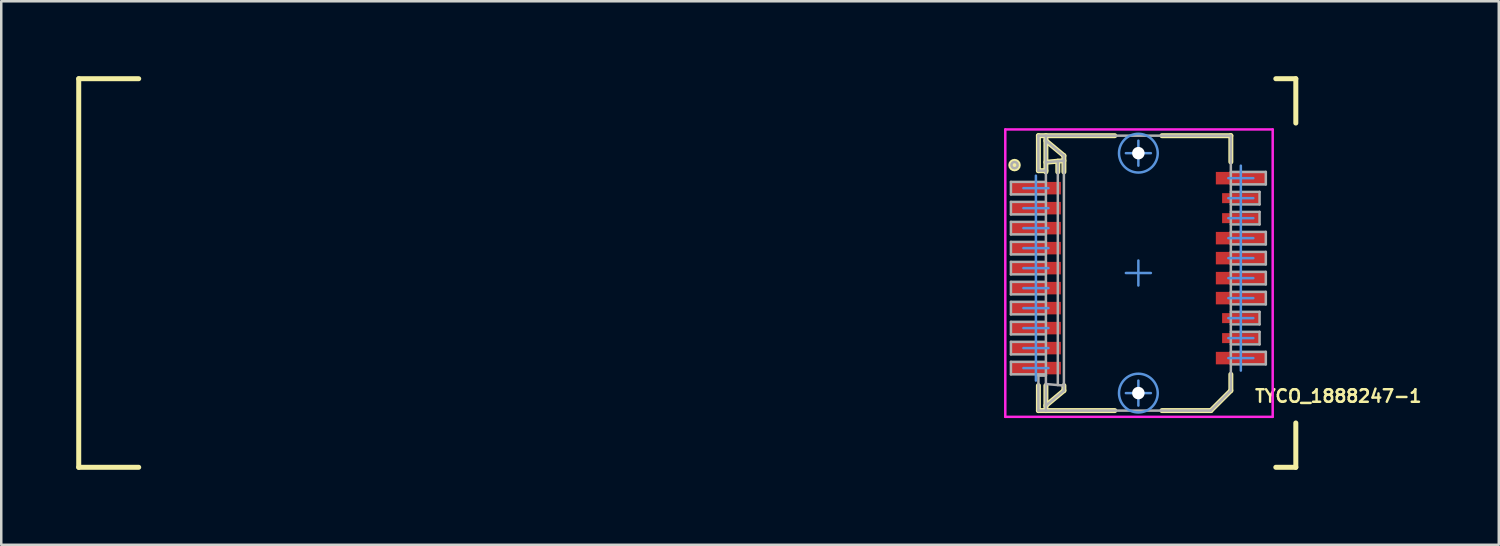
<source format=kicad_pcb>
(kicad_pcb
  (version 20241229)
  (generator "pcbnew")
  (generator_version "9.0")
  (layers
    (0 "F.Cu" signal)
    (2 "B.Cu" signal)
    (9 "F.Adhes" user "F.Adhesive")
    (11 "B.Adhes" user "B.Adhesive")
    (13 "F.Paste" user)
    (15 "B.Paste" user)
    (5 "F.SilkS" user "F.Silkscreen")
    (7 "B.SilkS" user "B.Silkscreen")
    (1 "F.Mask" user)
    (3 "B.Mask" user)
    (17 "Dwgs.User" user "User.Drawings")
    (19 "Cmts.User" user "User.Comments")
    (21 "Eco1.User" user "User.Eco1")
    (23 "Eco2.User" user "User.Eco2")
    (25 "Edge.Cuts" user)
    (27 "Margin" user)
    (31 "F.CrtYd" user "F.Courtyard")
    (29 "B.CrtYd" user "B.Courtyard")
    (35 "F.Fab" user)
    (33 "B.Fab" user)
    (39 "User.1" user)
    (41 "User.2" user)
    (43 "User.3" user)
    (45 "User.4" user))
  (footprint "TYCO_1888247-1"
    (layer "F.Cu")
    (at 42.5 7.874)
    (property "Reference" "TYCO_1888247-1" (at 8 4.925 0) (layer "F.SilkS") (effects (font (size 0.5 0.5) (thickness 0.1))))
    (attr smd)
    (fp_line (start -42.4 -7.774) (end -40 -7.774) (stroke (width 0.2) (type solid)) (layer "F.SilkS"))
    (fp_line (start -42.4 7.774) (end -42.4 -7.774) (stroke (width 0.2) (type solid)) (layer "F.SilkS"))
    (fp_line (start -42.4 7.774) (end -40 7.774) (stroke (width 0.2) (type solid)) (layer "F.SilkS"))
    (fp_line (start -4 -5.495) (end -0.944 -5.495) (stroke (width 0.2) (type solid)) (layer "F.SilkS"))
    (fp_line (start -4 -4.095) (end -4 -5.495) (stroke (width 0.2) (type solid)) (layer "F.SilkS"))
    (fp_line (start -4 -4.095) (end -3.7 -4.095) (stroke (width 0.2) (type solid)) (layer "F.SilkS"))
    (fp_line (start -4 5.505) (end -4 4.505) (stroke (width 0.2) (type solid)) (layer "F.SilkS"))
    (fp_line (start -4 5.505) (end -0.944 5.505) (stroke (width 0.2) (type solid)) (layer "F.SilkS"))
    (fp_line (start -3.7 -5.295) (end -2.98 -4.695) (stroke (width 0.2) (type solid)) (layer "F.SilkS"))
    (fp_line (start -3.7 -4.432) (end -2.98 -4.495) (stroke (width 0.2) (type solid)) (layer "F.SilkS"))
    (fp_line (start -3.7 -4.045) (end -3.7 -5.495) (stroke (width 0.2) (type solid)) (layer "F.SilkS"))
    (fp_line (start -3.7 5.305) (end -2.98 4.705) (stroke (width 0.2) (type solid)) (layer "F.SilkS"))
    (fp_line (start -3.7 5.505) (end -3.7 4.505) (stroke (width 0.2) (type solid)) (layer "F.SilkS"))
    (fp_line (start -3.223 -4.045) (end -3.223 -4.474) (stroke (width 0.2) (type solid)) (layer "F.SilkS"))
    (fp_line (start -2.98 -4.045) (end -2.98 -4.695) (stroke (width 0.2) (type solid)) (layer "F.SilkS"))
    (fp_line (start -2.98 4.705) (end -2.98 4.505) (stroke (width 0.2) (type solid)) (layer "F.SilkS"))
    (fp_line (start 0.944 -5.495) (end 3.7 -5.495) (stroke (width 0.2) (type solid)) (layer "F.SilkS"))
    (fp_line (start 0.944 5.505) (end 2.9 5.505) (stroke (width 0.2) (type solid)) (layer "F.SilkS"))
    (fp_line (start 2.9 5.505) (end 3.7 4.705) (stroke (width 0.2) (type solid)) (layer "F.SilkS"))
    (fp_line (start 3.7 -4.445) (end 3.7 -5.495) (stroke (width 0.2) (type solid)) (layer "F.SilkS"))
    (fp_line (start 3.7 4.705) (end 3.7 4.055) (stroke (width 0.2) (type solid)) (layer "F.SilkS"))
    (fp_line (start 5.5 -7.774) (end 6.3 -7.774) (stroke (width 0.2) (type solid)) (layer "F.SilkS"))
    (fp_line (start 5.5 7.774) (end 6.3 7.774) (stroke (width 0.2) (type solid)) (layer "F.SilkS"))
    (fp_line (start 6.3 -6) (end 6.3 -7.774) (stroke (width 0.2) (type solid)) (layer "F.SilkS"))
    (fp_line (start 6.3 7.774) (end 6.3 6) (stroke (width 0.2) (type solid)) (layer "F.SilkS"))
    (fp_circle (center -4.955 -4.318) (end -4.83 -4.318) (stroke (width 0.25) (type solid)) (fill no) (layer "F.SilkS"))
    (fp_line (start -4.6 -3.395) (end -4.1 -3.395) (stroke (width 0.1) (type solid)) (layer "Cmts.User"))
    (fp_line (start -4.6 -2.595) (end -4.1 -2.595) (stroke (width 0.1) (type solid)) (layer "Cmts.User"))
    (fp_line (start -4.6 -1.795) (end -4.1 -1.795) (stroke (width 0.1) (type solid)) (layer "Cmts.User"))
    (fp_line (start -4.6 -0.995) (end -4.1 -0.995) (stroke (width 0.1) (type solid)) (layer "Cmts.User"))
    (fp_line (start -4.6 -0.195) (end -4.1 -0.195) (stroke (width 0.1) (type solid)) (layer "Cmts.User"))
    (fp_line (start -4.6 0.605) (end -4.1 0.605) (stroke (width 0.1) (type solid)) (layer "Cmts.User"))
    (fp_line (start -4.6 1.405) (end -4.1 1.405) (stroke (width 0.1) (type solid)) (layer "Cmts.User"))
    (fp_line (start -4.6 2.205) (end -4.1 2.205) (stroke (width 0.1) (type solid)) (layer "Cmts.User"))
    (fp_line (start -4.6 3.005) (end -4.1 3.005) (stroke (width 0.1) (type solid)) (layer "Cmts.User"))
    (fp_line (start -4.6 3.805) (end -4.1 3.805) (stroke (width 0.1) (type solid)) (layer "Cmts.User"))
    (fp_line (start -4.1 -3.395) (end -3.6 -3.395) (stroke (width 0.1) (type solid)) (layer "Cmts.User"))
    (fp_line (start -4.1 -2.595) (end -3.6 -2.595) (stroke (width 0.1) (type solid)) (layer "Cmts.User"))
    (fp_line (start -4.1 -1.795) (end -3.6 -1.795) (stroke (width 0.1) (type solid)) (layer "Cmts.User"))
    (fp_line (start -4.1 -0.995) (end -3.6 -0.995) (stroke (width 0.1) (type solid)) (layer "Cmts.User"))
    (fp_line (start -4.1 -0.195) (end -3.6 -0.195) (stroke (width 0.1) (type solid)) (layer "Cmts.User"))
    (fp_line (start -4.1 0.605) (end -3.6 0.605) (stroke (width 0.1) (type solid)) (layer "Cmts.User"))
    (fp_line (start -4.1 1.405) (end -3.6 1.405) (stroke (width 0.1) (type solid)) (layer "Cmts.User"))
    (fp_line (start -4.1 2.205) (end -3.6 2.205) (stroke (width 0.1) (type solid)) (layer "Cmts.User"))
    (fp_line (start -4.1 3.005) (end -3.6 3.005) (stroke (width 0.1) (type solid)) (layer "Cmts.User"))
    (fp_line (start -4.1 3.805) (end -3.6 3.805) (stroke (width 0.1) (type solid)) (layer "Cmts.User"))
    (fp_line (start -4.1 4.305) (end -4.1 -3.895) (stroke (width 0.1) (type solid)) (layer "Cmts.User"))
    (fp_line (start -0.5 -4.795) (end 0 -4.795) (stroke (width 0.1) (type solid)) (layer "Cmts.User"))
    (fp_line (start -0.5 0) (end 0 0) (stroke (width 0.1) (type solid)) (layer "Cmts.User"))
    (fp_line (start -0.5 4.805) (end 0 4.805) (stroke (width 0.1) (type solid)) (layer "Cmts.User"))
    (fp_line (start 0 -4.795) (end 0 -5.295) (stroke (width 0.1) (type solid)) (layer "Cmts.User"))
    (fp_line (start 0 -4.795) (end 0.5 -4.795) (stroke (width 0.1) (type solid)) (layer "Cmts.User"))
    (fp_line (start 0 -4.295) (end 0 -4.795) (stroke (width 0.1) (type solid)) (layer "Cmts.User"))
    (fp_line (start 0 0) (end 0 -0.5) (stroke (width 0.1) (type solid)) (layer "Cmts.User"))
    (fp_line (start 0 0) (end 0.5 0) (stroke (width 0.1) (type solid)) (layer "Cmts.User"))
    (fp_line (start 0 0.5) (end 0 0) (stroke (width 0.1) (type solid)) (layer "Cmts.User"))
    (fp_line (start 0 4.805) (end 0 4.305) (stroke (width 0.1) (type solid)) (layer "Cmts.User"))
    (fp_line (start 0 4.805) (end 0.5 4.805) (stroke (width 0.1) (type solid)) (layer "Cmts.User"))
    (fp_line (start 0 5.305) (end 0 4.805) (stroke (width 0.1) (type solid)) (layer "Cmts.User"))
    (fp_line (start 3.6 -3.795) (end 4.1 -3.795) (stroke (width 0.1) (type solid)) (layer "Cmts.User"))
    (fp_line (start 3.6 -2.995) (end 4.1 -2.995) (stroke (width 0.1) (type solid)) (layer "Cmts.User"))
    (fp_line (start 3.6 -2.195) (end 4.1 -2.195) (stroke (width 0.1) (type solid)) (layer "Cmts.User"))
    (fp_line (start 3.6 -1.395) (end 4.1 -1.395) (stroke (width 0.1) (type solid)) (layer "Cmts.User"))
    (fp_line (start 3.6 -0.595) (end 4.1 -0.595) (stroke (width 0.1) (type solid)) (layer "Cmts.User"))
    (fp_line (start 3.6 0.205) (end 4.1 0.205) (stroke (width 0.1) (type solid)) (layer "Cmts.User"))
    (fp_line (start 3.6 1.005) (end 4.1 1.005) (stroke (width 0.1) (type solid)) (layer "Cmts.User"))
    (fp_line (start 3.6 1.805) (end 4.1 1.805) (stroke (width 0.1) (type solid)) (layer "Cmts.User"))
    (fp_line (start 3.6 2.605) (end 4.1 2.605) (stroke (width 0.1) (type solid)) (layer "Cmts.User"))
    (fp_line (start 3.6 3.405) (end 4.1 3.405) (stroke (width 0.1) (type solid)) (layer "Cmts.User"))
    (fp_line (start 4.1 -3.795) (end 4.6 -3.795) (stroke (width 0.1) (type solid)) (layer "Cmts.User"))
    (fp_line (start 4.1 -2.995) (end 4.6 -2.995) (stroke (width 0.1) (type solid)) (layer "Cmts.User"))
    (fp_line (start 4.1 -2.195) (end 4.6 -2.195) (stroke (width 0.1) (type solid)) (layer "Cmts.User"))
    (fp_line (start 4.1 -1.395) (end 4.6 -1.395) (stroke (width 0.1) (type solid)) (layer "Cmts.User"))
    (fp_line (start 4.1 -0.595) (end 4.6 -0.595) (stroke (width 0.1) (type solid)) (layer "Cmts.User"))
    (fp_line (start 4.1 0.205) (end 4.6 0.205) (stroke (width 0.1) (type solid)) (layer "Cmts.User"))
    (fp_line (start 4.1 1.005) (end 4.6 1.005) (stroke (width 0.1) (type solid)) (layer "Cmts.User"))
    (fp_line (start 4.1 1.805) (end 4.6 1.805) (stroke (width 0.1) (type solid)) (layer "Cmts.User"))
    (fp_line (start 4.1 2.605) (end 4.6 2.605) (stroke (width 0.1) (type solid)) (layer "Cmts.User"))
    (fp_line (start 4.1 3.405) (end 4.6 3.405) (stroke (width 0.1) (type solid)) (layer "Cmts.User"))
    (fp_line (start 4.1 3.905) (end 4.1 -4.295) (stroke (width 0.1) (type solid)) (layer "Cmts.User"))
    (fp_circle (center 0 -4.795) (end 0.775 -4.795) (stroke (width 0.1) (type solid)) (fill no) (layer "Cmts.User"))
    (fp_circle (center 0 4.805) (end 0.775 4.805) (stroke (width 0.1) (type solid)) (fill no) (layer "Cmts.User"))
    (fp_line (start -5.325 -5.745) (end 5.375 -5.745) (stroke (width 0.1) (type solid)) (layer "F.CrtYd"))
    (fp_line (start -5.325 5.755) (end -5.325 -5.745) (stroke (width 0.1) (type solid)) (layer "F.CrtYd"))
    (fp_line (start -5.325 5.755) (end 5.375 5.755) (stroke (width 0.1) (type solid)) (layer "F.CrtYd"))
    (fp_line (start 5.375 5.755) (end 5.375 -5.745) (stroke (width 0.1) (type solid)) (layer "F.CrtYd"))
    (fp_line (start -5.1 -3.645) (end -3.7 -3.645) (stroke (width 0.1) (type solid)) (layer "F.Fab"))
    (fp_line (start -5.1 -3.145) (end -5.1 -3.645) (stroke (width 0.1) (type solid)) (layer "F.Fab"))
    (fp_line (start -5.1 -3.145) (end -3.7 -3.145) (stroke (width 0.1) (type solid)) (layer "F.Fab"))
    (fp_line (start -5.1 -2.845) (end -3.7 -2.845) (stroke (width 0.1) (type solid)) (layer "F.Fab"))
    (fp_line (start -5.1 -2.345) (end -5.1 -2.845) (stroke (width 0.1) (type solid)) (layer "F.Fab"))
    (fp_line (start -5.1 -2.345) (end -3.7 -2.345) (stroke (width 0.1) (type solid)) (layer "F.Fab"))
    (fp_line (start -5.1 -2.045) (end -3.7 -2.045) (stroke (width 0.1) (type solid)) (layer "F.Fab"))
    (fp_line (start -5.1 -1.545) (end -5.1 -2.045) (stroke (width 0.1) (type solid)) (layer "F.Fab"))
    (fp_line (start -5.1 -1.545) (end -3.7 -1.545) (stroke (width 0.1) (type solid)) (layer "F.Fab"))
    (fp_line (start -5.1 -1.245) (end -3.7 -1.245) (stroke (width 0.1) (type solid)) (layer "F.Fab"))
    (fp_line (start -5.1 -0.745) (end -5.1 -1.245) (stroke (width 0.1) (type solid)) (layer "F.Fab"))
    (fp_line (start -5.1 -0.745) (end -3.7 -0.745) (stroke (width 0.1) (type solid)) (layer "F.Fab"))
    (fp_line (start -5.1 -0.445) (end -3.7 -0.445) (stroke (width 0.1) (type solid)) (layer "F.Fab"))
    (fp_line (start -5.1 0.055) (end -5.1 -0.445) (stroke (width 0.1) (type solid)) (layer "F.Fab"))
    (fp_line (start -5.1 0.055) (end -3.7 0.055) (stroke (width 0.1) (type solid)) (layer "F.Fab"))
    (fp_line (start -5.1 0.355) (end -3.7 0.355) (stroke (width 0.1) (type solid)) (layer "F.Fab"))
    (fp_line (start -5.1 0.855) (end -5.1 0.355) (stroke (width 0.1) (type solid)) (layer "F.Fab"))
    (fp_line (start -5.1 0.855) (end -3.7 0.855) (stroke (width 0.1) (type solid)) (layer "F.Fab"))
    (fp_line (start -5.1 1.155) (end -3.7 1.155) (stroke (width 0.1) (type solid)) (layer "F.Fab"))
    (fp_line (start -5.1 1.655) (end -5.1 1.155) (stroke (width 0.1) (type solid)) (layer "F.Fab"))
    (fp_line (start -5.1 1.655) (end -3.7 1.655) (stroke (width 0.1) (type solid)) (layer "F.Fab"))
    (fp_line (start -5.1 1.955) (end -3.7 1.955) (stroke (width 0.1) (type solid)) (layer "F.Fab"))
    (fp_line (start -5.1 2.455) (end -5.1 1.955) (stroke (width 0.1) (type solid)) (layer "F.Fab"))
    (fp_line (start -5.1 2.455) (end -3.7 2.455) (stroke (width 0.1) (type solid)) (layer "F.Fab"))
    (fp_line (start -5.1 2.755) (end -3.7 2.755) (stroke (width 0.1) (type solid)) (layer "F.Fab"))
    (fp_line (start -5.1 3.255) (end -5.1 2.755) (stroke (width 0.1) (type solid)) (layer "F.Fab"))
    (fp_line (start -5.1 3.255) (end -3.7 3.255) (stroke (width 0.1) (type solid)) (layer "F.Fab"))
    (fp_line (start -5.1 3.555) (end -3.7 3.555) (stroke (width 0.1) (type solid)) (layer "F.Fab"))
    (fp_line (start -5.1 4.055) (end -5.1 3.555) (stroke (width 0.1) (type solid)) (layer "F.Fab"))
    (fp_line (start -5.1 4.055) (end -3.7 4.055) (stroke (width 0.1) (type solid)) (layer "F.Fab"))
    (fp_line (start -4 -5.495) (end 3.7 -5.495) (stroke (width 0.1) (type solid)) (layer "F.Fab"))
    (fp_line (start -4 -4.095) (end -4 -5.495) (stroke (width 0.1) (type solid)) (layer "F.Fab"))
    (fp_line (start -4 -4.095) (end -3.7 -4.095) (stroke (width 0.1) (type solid)) (layer "F.Fab"))
    (fp_line (start -4 4.105) (end -3.7 4.105) (stroke (width 0.1) (type solid)) (layer "F.Fab"))
    (fp_line (start -4 5.505) (end -4 4.105) (stroke (width 0.1) (type solid)) (layer "F.Fab"))
    (fp_line (start -4 5.505) (end 2.9 5.505) (stroke (width 0.1) (type solid)) (layer "F.Fab"))
    (fp_line (start -3.7 -5.295) (end -2.985 -4.695) (stroke (width 0.1) (type solid)) (layer "F.Fab"))
    (fp_line (start -3.7 -4.432) (end -2.98 -4.495) (stroke (width 0.1) (type solid)) (layer "F.Fab"))
    (fp_line (start -3.7 -4.095) (end -3.7 -5.495) (stroke (width 0.1) (type solid)) (layer "F.Fab"))
    (fp_line (start -3.7 4.105) (end -3.7 -4.095) (stroke (width 0.1) (type solid)) (layer "F.Fab"))
    (fp_line (start -3.7 4.442) (end -2.98 4.505) (stroke (width 0.1) (type solid)) (layer "F.Fab"))
    (fp_line (start -3.7 5.305) (end -2.98 4.705) (stroke (width 0.1) (type solid)) (layer "F.Fab"))
    (fp_line (start -3.7 5.505) (end -3.7 4.105) (stroke (width 0.1) (type solid)) (layer "F.Fab"))
    (fp_line (start -3.223 4.484) (end -3.223 -4.474) (stroke (width 0.1) (type solid)) (layer "F.Fab"))
    (fp_line (start -2.985 -4.695) (end -2.98 -4.695) (stroke (width 0.1) (type solid)) (layer "F.Fab"))
    (fp_line (start -2.98 -4.495) (end -2.98 -4.695) (stroke (width 0.1) (type solid)) (layer "F.Fab"))
    (fp_line (start -2.98 4.505) (end -2.98 -4.495) (stroke (width 0.1) (type solid)) (layer "F.Fab"))
    (fp_line (start -2.98 4.705) (end -2.98 4.505) (stroke (width 0.1) (type solid)) (layer "F.Fab"))
    (fp_line (start 2.9 5.505) (end 3.7 4.705) (stroke (width 0.1) (type solid)) (layer "F.Fab"))
    (fp_line (start 3.7 -4.045) (end 5.1 -4.045) (stroke (width 0.1) (type solid)) (layer "F.Fab"))
    (fp_line (start 3.7 -3.545) (end 5.1 -3.545) (stroke (width 0.1) (type solid)) (layer "F.Fab"))
    (fp_line (start 3.7 -3.245) (end 4.85 -3.245) (stroke (width 0.1) (type solid)) (layer "F.Fab"))
    (fp_line (start 3.7 -2.745) (end 4.85 -2.745) (stroke (width 0.1) (type solid)) (layer "F.Fab"))
    (fp_line (start 3.7 -2.445) (end 4.85 -2.445) (stroke (width 0.1) (type solid)) (layer "F.Fab"))
    (fp_line (start 3.7 -1.945) (end 4.85 -1.945) (stroke (width 0.1) (type solid)) (layer "F.Fab"))
    (fp_line (start 3.7 -1.645) (end 5.1 -1.645) (stroke (width 0.1) (type solid)) (layer "F.Fab"))
    (fp_line (start 3.7 -1.145) (end 5.1 -1.145) (stroke (width 0.1) (type solid)) (layer "F.Fab"))
    (fp_line (start 3.7 -0.845) (end 5.1 -0.845) (stroke (width 0.1) (type solid)) (layer "F.Fab"))
    (fp_line (start 3.7 -0.345) (end 5.1 -0.345) (stroke (width 0.1) (type solid)) (layer "F.Fab"))
    (fp_line (start 3.7 -0.045) (end 5.1 -0.045) (stroke (width 0.1) (type solid)) (layer "F.Fab"))
    (fp_line (start 3.7 0.455) (end 5.1 0.455) (stroke (width 0.1) (type solid)) (layer "F.Fab"))
    (fp_line (start 3.7 0.755) (end 5.1 0.755) (stroke (width 0.1) (type solid)) (layer "F.Fab"))
    (fp_line (start 3.7 1.255) (end 5.1 1.255) (stroke (width 0.1) (type solid)) (layer "F.Fab"))
    (fp_line (start 3.7 1.555) (end 4.85 1.555) (stroke (width 0.1) (type solid)) (layer "F.Fab"))
    (fp_line (start 3.7 2.055) (end 4.85 2.055) (stroke (width 0.1) (type solid)) (layer "F.Fab"))
    (fp_line (start 3.7 2.355) (end 4.85 2.355) (stroke (width 0.1) (type solid)) (layer "F.Fab"))
    (fp_line (start 3.7 2.855) (end 4.85 2.855) (stroke (width 0.1) (type solid)) (layer "F.Fab"))
    (fp_line (start 3.7 3.155) (end 5.1 3.155) (stroke (width 0.1) (type solid)) (layer "F.Fab"))
    (fp_line (start 3.7 3.655) (end 5.1 3.655) (stroke (width 0.1) (type solid)) (layer "F.Fab"))
    (fp_line (start 3.7 4.705) (end 3.7 -5.495) (stroke (width 0.1) (type solid)) (layer "F.Fab"))
    (fp_line (start 4.85 -2.745) (end 4.85 -3.245) (stroke (width 0.1) (type solid)) (layer "F.Fab"))
    (fp_line (start 4.85 -1.945) (end 4.85 -2.445) (stroke (width 0.1) (type solid)) (layer "F.Fab"))
    (fp_line (start 4.85 2.055) (end 4.85 1.555) (stroke (width 0.1) (type solid)) (layer "F.Fab"))
    (fp_line (start 4.85 2.855) (end 4.85 2.355) (stroke (width 0.1) (type solid)) (layer "F.Fab"))
    (fp_line (start 5.1 -3.545) (end 5.1 -4.045) (stroke (width 0.1) (type solid)) (layer "F.Fab"))
    (fp_line (start 5.1 -1.145) (end 5.1 -1.645) (stroke (width 0.1) (type solid)) (layer "F.Fab"))
    (fp_line (start 5.1 -0.345) (end 5.1 -0.845) (stroke (width 0.1) (type solid)) (layer "F.Fab"))
    (fp_line (start 5.1 0.455) (end 5.1 -0.045) (stroke (width 0.1) (type solid)) (layer "F.Fab"))
    (fp_line (start 5.1 1.255) (end 5.1 0.755) (stroke (width 0.1) (type solid)) (layer "F.Fab"))
    (fp_line (start 5.1 3.655) (end 5.1 3.155) (stroke (width 0.1) (type solid)) (layer "F.Fab"))
    (fp_circle (center -4.955 -4.318) (end -4.83 -4.318) (stroke (width 0.1) (type solid)) (fill no) (layer "F.Fab"))
    (pad "" np_thru_hole circle (at 0 -4.795 180) (size 0.5 0.5) (drill 1.55) (layers "*.Cu" "*.Mask"))
    (pad "" np_thru_hole circle (at 0 4.805 180) (size 0.5 0.5) (drill 1.55) (layers "*.Cu" "*.Mask"))
    (pad "1" smd rect (at -4.1 -3.395) (size 2 0.5) (layers "F.Cu" "F.Mask" "F.Paste"))
    (pad "2" smd rect (at -4.1 -2.595) (size 2 0.5) (layers "F.Cu" "F.Mask" "F.Paste"))
    (pad "3" smd rect (at -4.1 -1.795) (size 2 0.5) (layers "F.Cu" "F.Mask" "F.Paste"))
    (pad "4" smd rect (at -4.1 -0.995) (size 2 0.5) (layers "F.Cu" "F.Mask" "F.Paste"))
    (pad "5" smd rect (at -4.1 -0.195) (size 2 0.5) (layers "F.Cu" "F.Mask" "F.Paste"))
    (pad "6" smd rect (at -4.1 0.605) (size 2 0.5) (layers "F.Cu" "F.Mask" "F.Paste"))
    (pad "7" smd rect (at -4.1 1.405) (size 2 0.5) (layers "F.Cu" "F.Mask" "F.Paste"))
    (pad "8" smd rect (at -4.1 2.205) (size 2 0.5) (layers "F.Cu" "F.Mask" "F.Paste"))
    (pad "9" smd rect (at -4.1 3.005) (size 2 0.5) (layers "F.Cu" "F.Mask" "F.Paste"))
    (pad "10" smd rect (at -4.1 3.805) (size 2 0.5) (layers "F.Cu" "F.Mask" "F.Paste"))
    (pad "11" smd rect (at 4.1 3.405 180) (size 2 0.5) (layers "F.Cu" "F.Mask" "F.Paste"))
    (pad "12" smd rect (at 4.1 2.605 180) (size 1.5 0.4) (layers "F.Cu" "F.Mask" "F.Paste"))
    (pad "13" smd rect (at 4.1 1.805 180) (size 1.5 0.4) (layers "F.Cu" "F.Mask" "F.Paste"))
    (pad "14" smd rect (at 4.1 1.005 180) (size 2 0.5) (layers "F.Cu" "F.Mask" "F.Paste"))
    (pad "15" smd rect (at 4.1 0.205 180) (size 2 0.5) (layers "F.Cu" "F.Mask" "F.Paste"))
    (pad "16" smd rect (at 4.1 -0.595 180) (size 2 0.5) (layers "F.Cu" "F.Mask" "F.Paste"))
    (pad "17" smd rect (at 4.1 -1.395 180) (size 2 0.5) (layers "F.Cu" "F.Mask" "F.Paste"))
    (pad "18" smd rect (at 4.1 -2.195 180) (size 1.5 0.4) (layers "F.Cu" "F.Mask" "F.Paste"))
    (pad "19" smd rect (at 4.1 -2.995 180) (size 1.5 0.4) (layers "F.Cu" "F.Mask" "F.Paste"))
    (pad "20" smd rect (at 4.1 -3.795 180) (size 2 0.5) (layers "F.Cu" "F.Mask" "F.Paste")))
  (gr_rect
    (start -3 -3)
    (end 56.921 18.748)
    (stroke (width 0.1) (type default))
    (fill no)
    (layer "Edge.Cuts")))
</source>
